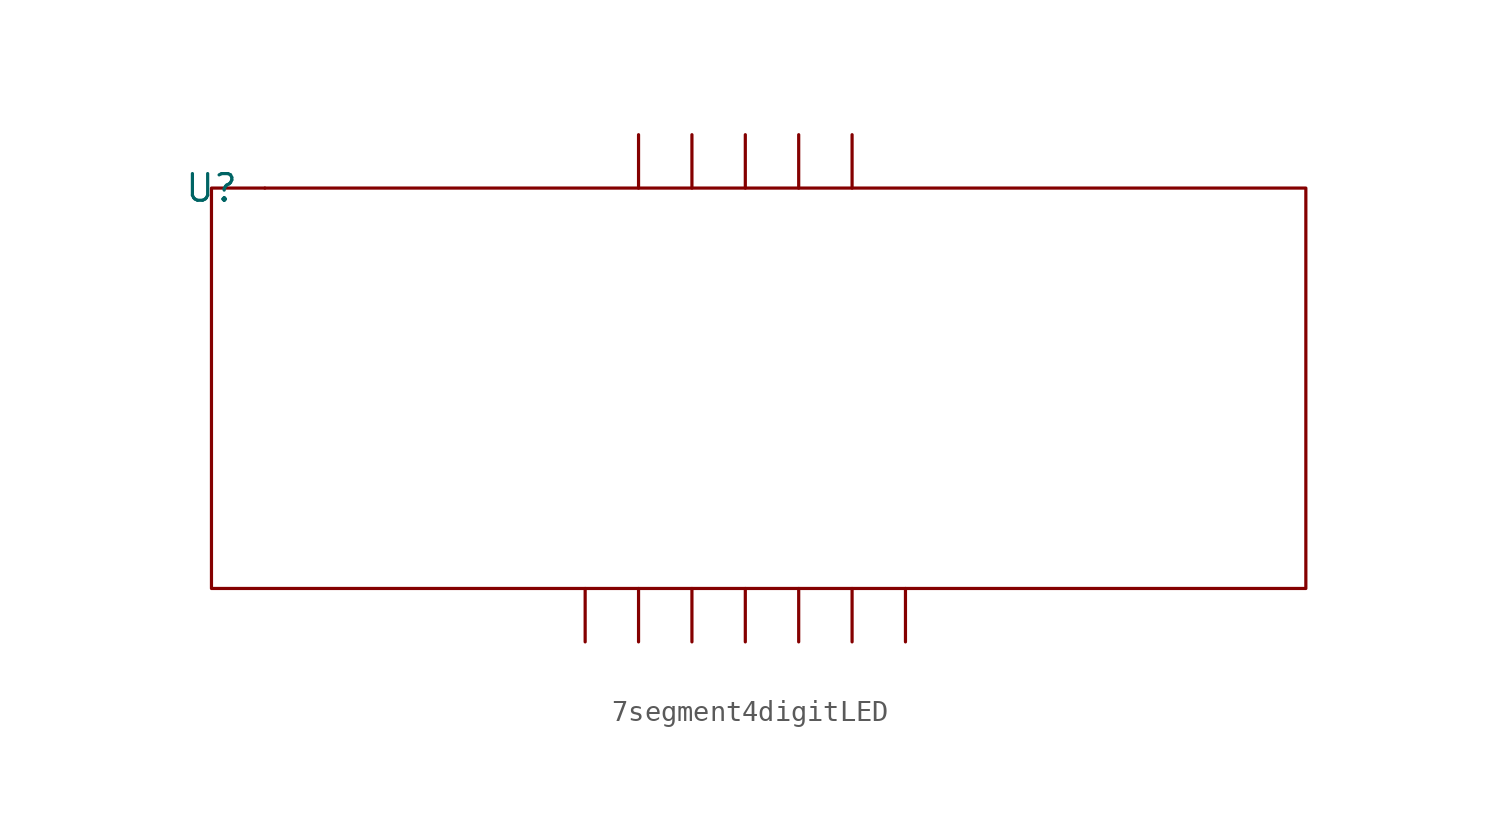
<source format=kicad_sym>
(kicad_symbol_lib
  (version 20220914)
  (generator kicad_symbol_editor)
  (symbol "7segment4digitLED"
    (property "Reference" "U"
      (at 0 0 0)
      (effects (font (size 1.27 1.27))))
    (property "Value" ""
      (at 0 0 0)
      (effects (font (size 1.27 1.27))))
    (symbol "7segment4digitLED_0_1"
      (rectangle (start 0 0) (end 52.07 -19.05) (stroke (width 0) (type default)) (fill (type none)))
      (rectangle (start 2.54 0) (end 2.54 0) (stroke (width 0) (type default)) (fill (type none))))
    (symbol "7segment4digitLED_1_1"
      (pin input line (at 17.78 -19.05 270) (length 2.54) (name "" (effects (font (size 1.27 1.27)))) (number "" (effects (font (size 1.27 1.27)))))
      (pin input line (at 20.32 -19.05 270) (length 2.54) (name "" (effects (font (size 1.27 1.27)))) (number "" (effects (font (size 1.27 1.27)))))
      (pin input line (at 20.32 0 90) (length 2.54) (name "" (effects (font (size 1.27 1.27)))) (number "" (effects (font (size 1.27 1.27)))))
      (pin input line (at 22.86 -19.05 270) (length 2.54) (name "" (effects (font (size 1.27 1.27)))) (number "" (effects (font (size 1.27 1.27)))))
      (pin input line (at 22.86 0 90) (length 2.54) (name "" (effects (font (size 1.27 1.27)))) (number "" (effects (font (size 1.27 1.27)))))
      (pin input line (at 25.4 -19.05 270) (length 2.54) (name "" (effects (font (size 1.27 1.27)))) (number "" (effects (font (size 1.27 1.27)))))
      (pin input line (at 25.4 0 90) (length 2.54) (name "" (effects (font (size 1.27 1.27)))) (number "" (effects (font (size 1.27 1.27)))))
      (pin input line (at 27.94 -19.05 270) (length 2.54) (name "" (effects (font (size 1.27 1.27)))) (number "" (effects (font (size 1.27 1.27)))))
      (pin input line (at 27.94 0 90) (length 2.54) (name "" (effects (font (size 1.27 1.27)))) (number "" (effects (font (size 1.27 1.27)))))
      (pin input line (at 30.48 -19.05 270) (length 2.54) (name "" (effects (font (size 1.27 1.27)))) (number "" (effects (font (size 1.27 1.27)))))
      (pin input line (at 30.48 0 90) (length 2.54) (name "" (effects (font (size 1.27 1.27)))) (number "" (effects (font (size 1.27 1.27)))))
      (pin input line (at 33.02 -19.05 270) (length 2.54) (name "" (effects (font (size 1.27 1.27)))) (number "" (effects (font (size 1.27 1.27))))))))
</source>
